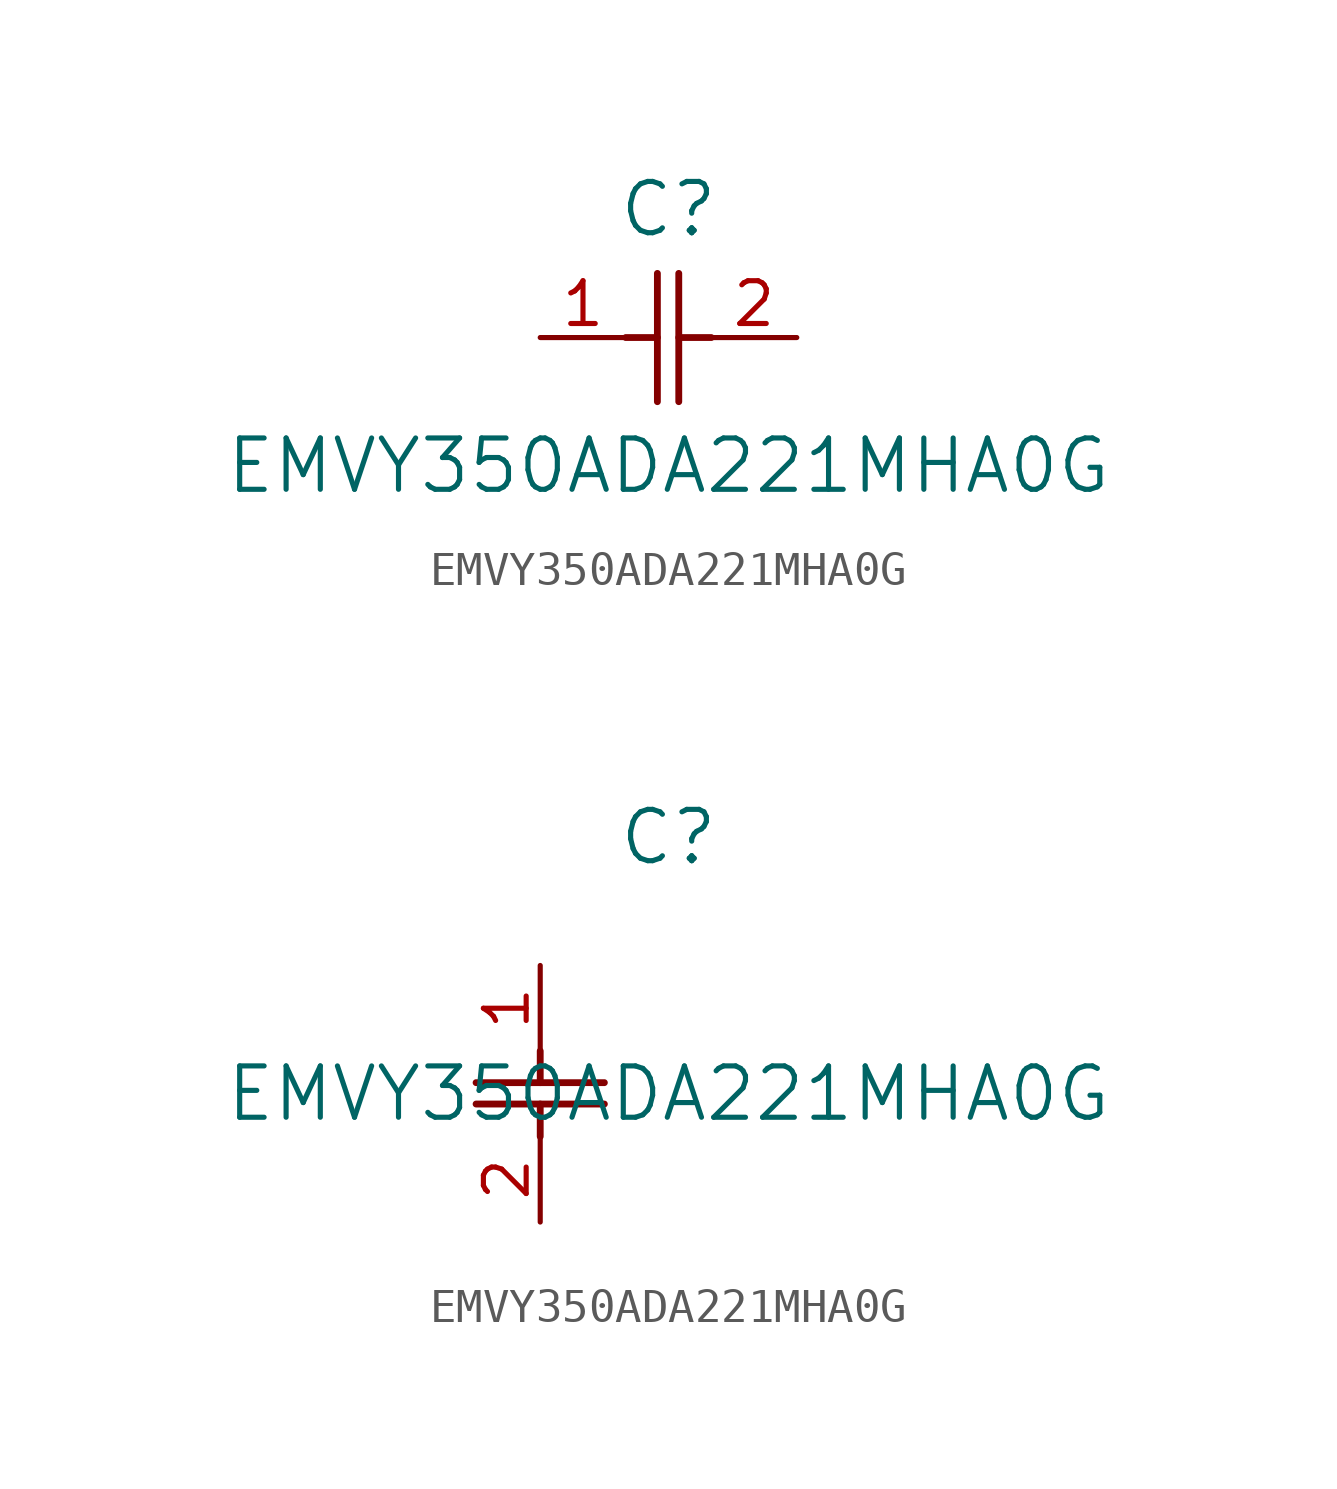
<source format=kicad_sym>
(kicad_symbol_lib
  (version 20211014)
  (generator kicad_symbol_editor)
  (symbol "EMVY350ADA221MHA0G"
    (pin_names
      (offset 0.254))
    (property "Reference" "C"
      (at 3.81 3.81 0)
      (effects (font (size 1.524 1.524))))
    (property "Value" "EMVY350ADA221MHA0G"
      (at 3.81 -3.81 0)
      (effects (font (size 1.524 1.524))))
    (symbol "EMVY350ADA221MHA0G_1_1"
      (polyline (pts (xy 3.48 -1.905) (xy 3.48 1.905)) (stroke (width 0.203) (type default) (color 0 0 0 0)) (fill (type none)))
      (polyline (pts (xy 4.115 -1.905) (xy 4.115 1.905)) (stroke (width 0.203) (type default) (color 0 0 0 0)) (fill (type none)))
      (polyline (pts (xy 4.115 0) (xy 5.08 0)) (stroke (width 0.203) (type default) (color 0 0 0 0)) (fill (type none)))
      (polyline (pts (xy 2.54 0) (xy 3.48 0)) (stroke (width 0.203) (type default) (color 0 0 0 0)) (fill (type none)))
      (pin unspecified line (at 0 0 0) (length 2.54) (name "" (effects (font (size 1.27 1.27)))) (number "1" (effects (font (size 1.27 1.27)))))
      (pin unspecified line (at 7.62 0 180) (length 2.54) (name "" (effects (font (size 1.27 1.27)))) (number "2" (effects (font (size 1.27 1.27))))))
    (symbol "EMVY350ADA221MHA0G_1_2"
      (polyline (pts (xy -1.905 -3.48) (xy 1.905 -3.48)) (stroke (width 0.203) (type default) (color 0 0 0 0)) (fill (type none)))
      (polyline (pts (xy -1.905 -4.115) (xy 1.905 -4.115)) (stroke (width 0.203) (type default) (color 0 0 0 0)) (fill (type none)))
      (polyline (pts (xy 0 -4.115) (xy 0 -5.08)) (stroke (width 0.203) (type default) (color 0 0 0 0)) (fill (type none)))
      (polyline (pts (xy 0 -2.54) (xy 0 -3.48)) (stroke (width 0.203) (type default) (color 0 0 0 0)) (fill (type none)))
      (pin unspecified line (at 0 0 270) (length 2.54) (name "" (effects (font (size 1.27 1.27)))) (number "1" (effects (font (size 1.27 1.27)))))
      (pin unspecified line (at 0 -7.62 90) (length 2.54) (name "" (effects (font (size 1.27 1.27)))) (number "2" (effects (font (size 1.27 1.27))))))))
</source>
